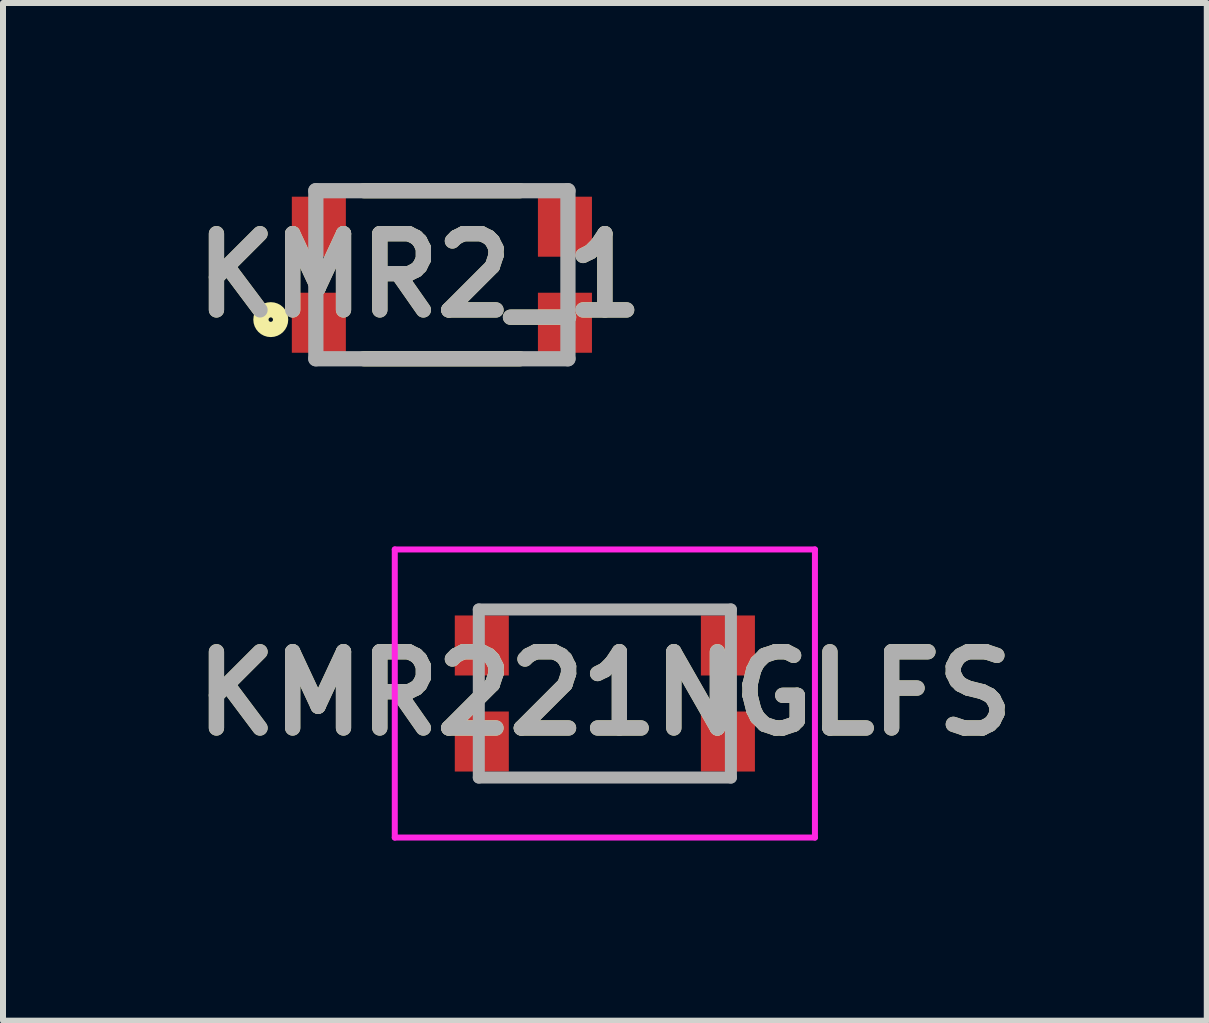
<source format=kicad_pcb>
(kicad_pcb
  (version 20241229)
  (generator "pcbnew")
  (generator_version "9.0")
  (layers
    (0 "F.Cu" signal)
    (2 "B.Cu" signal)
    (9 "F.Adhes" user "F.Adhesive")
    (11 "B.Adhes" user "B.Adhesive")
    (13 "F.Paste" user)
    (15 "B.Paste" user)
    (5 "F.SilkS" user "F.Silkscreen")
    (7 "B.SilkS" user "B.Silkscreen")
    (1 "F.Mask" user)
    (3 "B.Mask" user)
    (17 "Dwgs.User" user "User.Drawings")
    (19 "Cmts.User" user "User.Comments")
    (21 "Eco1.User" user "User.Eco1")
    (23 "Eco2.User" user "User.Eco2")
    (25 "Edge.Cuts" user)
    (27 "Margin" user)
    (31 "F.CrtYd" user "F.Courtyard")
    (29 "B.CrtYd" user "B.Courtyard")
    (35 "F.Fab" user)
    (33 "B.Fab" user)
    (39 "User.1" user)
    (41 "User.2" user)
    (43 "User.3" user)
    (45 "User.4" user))
  (footprint "KMR2_1"
    (layer "F.Cu")
    (at 4.312 1.527)
    (property "Reference" "KMR2_1" (at -0.369 0.012 0) (layer "F.SilkS") (effects (font (size 1.27 1.27) (thickness 0.254))))
    (attr smd)
    (fp_line (start -1.3 -1.4) (end 1.3 -1.4) (stroke (width 0.254) (type solid)) (layer "F.SilkS"))
    (fp_line (start -1.3 1.4) (end 1.3 1.4) (stroke (width 0.254) (type solid)) (layer "F.SilkS"))
    (fp_circle (center -2.851 0.748) (end -2.851 0.785) (stroke (width 0.254) (type solid)) (fill no) (layer "F.SilkS"))
    (fp_line (start -2.1 -1.4) (end 2.1 -1.4) (stroke (width 0.254) (type solid)) (layer "F.Fab"))
    (fp_line (start -2.1 1.4) (end -2.1 -1.4) (stroke (width 0.254) (type solid)) (layer "F.Fab"))
    (fp_line (start 2.1 -1.4) (end 2.1 1.4) (stroke (width 0.254) (type solid)) (layer "F.Fab"))
    (fp_line (start 2.1 1.4) (end -2.1 1.4) (stroke (width 0.254) (type solid)) (layer "F.Fab"))
    (fp_text user "${REFERENCE}" (at -0.369 0.012 0) (layer "F.Fab") (effects (font (size 1.27 1.27) (thickness 0.254))))
    (pad "1" smd rect (at -2.05 0.8) (size 0.9 1) (layers "F.Cu" "F.Mask" "F.Paste"))
    (pad "2" smd rect (at 2.05 0.8) (size 0.9 1) (layers "F.Cu" "F.Mask" "F.Paste"))
    (pad "3" smd rect (at 2.05 -0.8) (size 0.9 1) (layers "F.Cu" "F.Mask" "F.Paste"))
    (pad "4" smd rect (at -2.05 -0.8) (size 0.9 1) (layers "F.Cu" "F.Mask" "F.Paste")))
  (footprint "KMR221NGLFS"
    (layer "F.Cu")
    (at 7.027 8.504)
    (property "Reference" "KMR221NGLFS" (at 0 0 0) (layer "F.SilkS") (effects (font (size 1.27 1.27) (thickness 0.254))))
    (attr smd)
    (fp_line (start -1.4 -1.4) (end 1.4 -1.4) (stroke (width 0.1) (type solid)) (layer "F.SilkS"))
    (fp_line (start -1.4 1.4) (end 1.4 1.4) (stroke (width 0.1) (type solid)) (layer "F.SilkS"))
    (fp_line (start -3.5 -2.4) (end 3.5 -2.4) (stroke (width 0.1) (type solid)) (layer "F.CrtYd"))
    (fp_line (start -3.5 2.4) (end -3.5 -2.4) (stroke (width 0.1) (type solid)) (layer "F.CrtYd"))
    (fp_line (start 3.5 -2.4) (end 3.5 2.4) (stroke (width 0.1) (type solid)) (layer "F.CrtYd"))
    (fp_line (start 3.5 2.4) (end -3.5 2.4) (stroke (width 0.1) (type solid)) (layer "F.CrtYd"))
    (fp_line (start -2.1 -1.4) (end 2.1 -1.4) (stroke (width 0.2) (type solid)) (layer "F.Fab"))
    (fp_line (start -2.1 1.4) (end -2.1 -1.4) (stroke (width 0.2) (type solid)) (layer "F.Fab"))
    (fp_line (start 2.1 -1.4) (end 2.1 1.4) (stroke (width 0.2) (type solid)) (layer "F.Fab"))
    (fp_line (start 2.1 1.4) (end -2.1 1.4) (stroke (width 0.2) (type solid)) (layer "F.Fab"))
    (fp_text user "${REFERENCE}" (at 0 0 0) (layer "F.Fab") (effects (font (size 1.27 1.27) (thickness 0.254))))
    (pad "1" smd rect (at -2.05 0.8) (size 0.9 1) (layers "F.Cu" "F.Mask" "F.Paste"))
    (pad "2" smd rect (at 2.05 0.8) (size 0.9 1) (layers "F.Cu" "F.Mask" "F.Paste"))
    (pad "3" smd rect (at 2.05 -0.8) (size 0.9 1) (layers "F.Cu" "F.Mask" "F.Paste"))
    (pad "4" smd rect (at -2.05 -0.8) (size 0.9 1) (layers "F.Cu" "F.Mask" "F.Paste")))
  (gr_rect
    (start -3 -3)
    (end 17.055 13.954)
    (stroke (width 0.1) (type default))
    (fill no)
    (layer "Edge.Cuts")))
</source>
